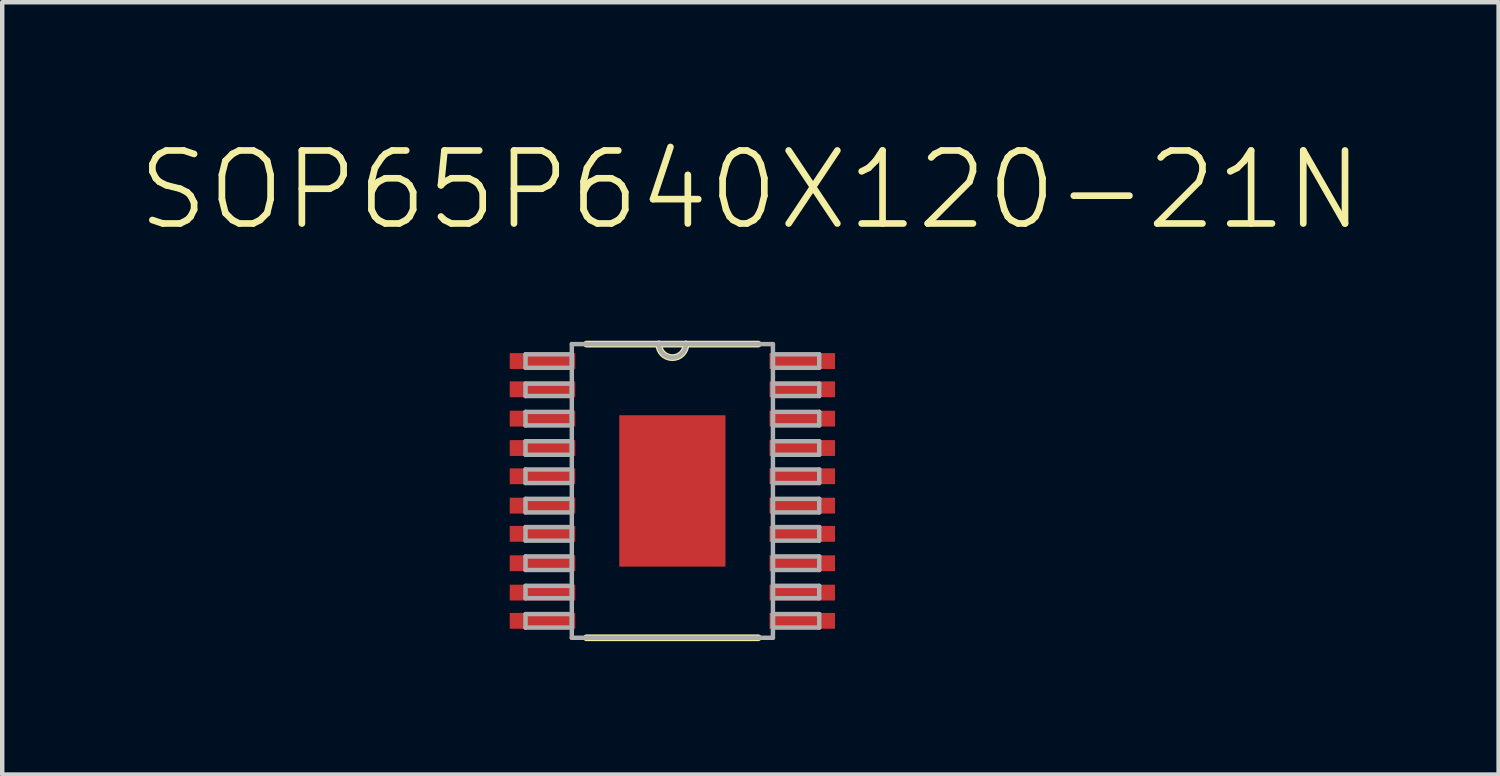
<source format=kicad_pcb>
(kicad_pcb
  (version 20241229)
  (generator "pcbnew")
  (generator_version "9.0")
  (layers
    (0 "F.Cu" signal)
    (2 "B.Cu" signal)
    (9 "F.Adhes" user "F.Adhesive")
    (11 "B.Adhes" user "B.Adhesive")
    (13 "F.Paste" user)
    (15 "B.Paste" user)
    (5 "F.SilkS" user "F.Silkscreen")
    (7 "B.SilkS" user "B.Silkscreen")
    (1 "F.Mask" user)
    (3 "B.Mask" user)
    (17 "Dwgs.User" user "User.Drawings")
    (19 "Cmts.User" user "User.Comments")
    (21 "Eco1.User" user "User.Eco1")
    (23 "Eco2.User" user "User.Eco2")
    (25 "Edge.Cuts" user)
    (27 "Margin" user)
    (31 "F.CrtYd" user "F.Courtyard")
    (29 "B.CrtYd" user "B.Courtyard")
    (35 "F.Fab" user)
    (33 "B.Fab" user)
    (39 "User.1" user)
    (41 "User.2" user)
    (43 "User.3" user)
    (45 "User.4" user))
  (footprint "SOP65P640X120-21N"
    (layer "F.Cu")
    (at 12.07 7.99)
    (property "Reference" "SOP65P640X120-21N" (at 1.755 -6.766 0) (layer "F.SilkS") (effects (font (size 1.642 1.642) (thickness 0.15))))
    (attr smd)
    (fp_line (start -1.93 3.302) (end 1.93 3.302) (stroke (width 0.152) (type solid)) (layer "F.SilkS"))
    (fp_line (start -0.305 -3.302) (end -1.93 -3.302) (stroke (width 0.152) (type solid)) (layer "F.SilkS"))
    (fp_line (start 0.305 -3.302) (end -0.305 -3.302) (stroke (width 0.152) (type solid)) (layer "F.SilkS"))
    (fp_line (start 1.93 -3.302) (end 0.305 -3.302) (stroke (width 0.152) (type solid)) (layer "F.SilkS"))
    (fp_arc (start 0.3048 -3.302) (mid 0 -2.9972) (end -0.3048 -3.302) (stroke (width 0.1524) (type solid)) (layer "F.SilkS"))
    (fp_line (start -3.302 -3.073) (end -3.302 -2.769) (stroke (width 0.1) (type solid)) (layer "F.Fab"))
    (fp_line (start -3.302 -2.769) (end -2.261 -2.769) (stroke (width 0.1) (type solid)) (layer "F.Fab"))
    (fp_line (start -3.302 -2.413) (end -3.302 -2.134) (stroke (width 0.1) (type solid)) (layer "F.Fab"))
    (fp_line (start -3.302 -2.134) (end -2.261 -2.134) (stroke (width 0.1) (type solid)) (layer "F.Fab"))
    (fp_line (start -3.302 -1.778) (end -3.302 -1.473) (stroke (width 0.1) (type solid)) (layer "F.Fab"))
    (fp_line (start -3.302 -1.473) (end -2.261 -1.473) (stroke (width 0.1) (type solid)) (layer "F.Fab"))
    (fp_line (start -3.302 -1.118) (end -3.302 -0.813) (stroke (width 0.1) (type solid)) (layer "F.Fab"))
    (fp_line (start -3.302 -0.813) (end -2.261 -0.813) (stroke (width 0.1) (type solid)) (layer "F.Fab"))
    (fp_line (start -3.302 -0.483) (end -3.302 -0.178) (stroke (width 0.1) (type solid)) (layer "F.Fab"))
    (fp_line (start -3.302 -0.178) (end -2.261 -0.178) (stroke (width 0.1) (type solid)) (layer "F.Fab"))
    (fp_line (start -3.302 0.178) (end -3.302 0.483) (stroke (width 0.1) (type solid)) (layer "F.Fab"))
    (fp_line (start -3.302 0.483) (end -2.261 0.483) (stroke (width 0.1) (type solid)) (layer "F.Fab"))
    (fp_line (start -3.302 0.813) (end -3.302 1.118) (stroke (width 0.1) (type solid)) (layer "F.Fab"))
    (fp_line (start -3.302 1.118) (end -2.261 1.118) (stroke (width 0.1) (type solid)) (layer "F.Fab"))
    (fp_line (start -3.302 1.473) (end -3.302 1.778) (stroke (width 0.1) (type solid)) (layer "F.Fab"))
    (fp_line (start -3.302 1.778) (end -2.261 1.778) (stroke (width 0.1) (type solid)) (layer "F.Fab"))
    (fp_line (start -3.302 2.134) (end -3.302 2.413) (stroke (width 0.1) (type solid)) (layer "F.Fab"))
    (fp_line (start -3.302 2.413) (end -2.261 2.413) (stroke (width 0.1) (type solid)) (layer "F.Fab"))
    (fp_line (start -3.302 2.769) (end -3.302 3.073) (stroke (width 0.1) (type solid)) (layer "F.Fab"))
    (fp_line (start -3.302 3.073) (end -2.261 3.073) (stroke (width 0.1) (type solid)) (layer "F.Fab"))
    (fp_line (start -2.261 -3.302) (end -2.261 3.302) (stroke (width 0.1) (type solid)) (layer "F.Fab"))
    (fp_line (start -2.261 -3.073) (end -3.302 -3.073) (stroke (width 0.1) (type solid)) (layer "F.Fab"))
    (fp_line (start -2.261 -2.769) (end -2.261 -3.073) (stroke (width 0.1) (type solid)) (layer "F.Fab"))
    (fp_line (start -2.261 -2.413) (end -3.302 -2.413) (stroke (width 0.1) (type solid)) (layer "F.Fab"))
    (fp_line (start -2.261 -2.134) (end -2.261 -2.413) (stroke (width 0.1) (type solid)) (layer "F.Fab"))
    (fp_line (start -2.261 -1.778) (end -3.302 -1.778) (stroke (width 0.1) (type solid)) (layer "F.Fab"))
    (fp_line (start -2.261 -1.473) (end -2.261 -1.778) (stroke (width 0.1) (type solid)) (layer "F.Fab"))
    (fp_line (start -2.261 -1.118) (end -3.302 -1.118) (stroke (width 0.1) (type solid)) (layer "F.Fab"))
    (fp_line (start -2.261 -0.813) (end -2.261 -1.118) (stroke (width 0.1) (type solid)) (layer "F.Fab"))
    (fp_line (start -2.261 -0.483) (end -3.302 -0.483) (stroke (width 0.1) (type solid)) (layer "F.Fab"))
    (fp_line (start -2.261 -0.178) (end -2.261 -0.483) (stroke (width 0.1) (type solid)) (layer "F.Fab"))
    (fp_line (start -2.261 0.178) (end -3.302 0.178) (stroke (width 0.1) (type solid)) (layer "F.Fab"))
    (fp_line (start -2.261 0.483) (end -2.261 0.178) (stroke (width 0.1) (type solid)) (layer "F.Fab"))
    (fp_line (start -2.261 0.813) (end -3.302 0.813) (stroke (width 0.1) (type solid)) (layer "F.Fab"))
    (fp_line (start -2.261 1.118) (end -2.261 0.813) (stroke (width 0.1) (type solid)) (layer "F.Fab"))
    (fp_line (start -2.261 1.473) (end -3.302 1.473) (stroke (width 0.1) (type solid)) (layer "F.Fab"))
    (fp_line (start -2.261 1.778) (end -2.261 1.473) (stroke (width 0.1) (type solid)) (layer "F.Fab"))
    (fp_line (start -2.261 2.134) (end -3.302 2.134) (stroke (width 0.1) (type solid)) (layer "F.Fab"))
    (fp_line (start -2.261 2.413) (end -2.261 2.134) (stroke (width 0.1) (type solid)) (layer "F.Fab"))
    (fp_line (start -2.261 2.769) (end -3.302 2.769) (stroke (width 0.1) (type solid)) (layer "F.Fab"))
    (fp_line (start -2.261 3.073) (end -2.261 2.769) (stroke (width 0.1) (type solid)) (layer "F.Fab"))
    (fp_line (start -2.261 3.302) (end 2.261 3.302) (stroke (width 0.1) (type solid)) (layer "F.Fab"))
    (fp_line (start -0.305 -3.302) (end -2.261 -3.302) (stroke (width 0.1) (type solid)) (layer "F.Fab"))
    (fp_line (start 0.305 -3.302) (end -0.305 -3.302) (stroke (width 0.1) (type solid)) (layer "F.Fab"))
    (fp_line (start 2.261 -3.302) (end 0.305 -3.302) (stroke (width 0.1) (type solid)) (layer "F.Fab"))
    (fp_line (start 2.261 -3.073) (end 2.261 -2.769) (stroke (width 0.1) (type solid)) (layer "F.Fab"))
    (fp_line (start 2.261 -2.769) (end 3.302 -2.769) (stroke (width 0.1) (type solid)) (layer "F.Fab"))
    (fp_line (start 2.261 -2.413) (end 2.261 -2.134) (stroke (width 0.1) (type solid)) (layer "F.Fab"))
    (fp_line (start 2.261 -2.134) (end 3.302 -2.134) (stroke (width 0.1) (type solid)) (layer "F.Fab"))
    (fp_line (start 2.261 -1.778) (end 2.261 -1.473) (stroke (width 0.1) (type solid)) (layer "F.Fab"))
    (fp_line (start 2.261 -1.473) (end 3.302 -1.473) (stroke (width 0.1) (type solid)) (layer "F.Fab"))
    (fp_line (start 2.261 -1.118) (end 2.261 -0.813) (stroke (width 0.1) (type solid)) (layer "F.Fab"))
    (fp_line (start 2.261 -0.813) (end 3.302 -0.813) (stroke (width 0.1) (type solid)) (layer "F.Fab"))
    (fp_line (start 2.261 -0.483) (end 2.261 -0.178) (stroke (width 0.1) (type solid)) (layer "F.Fab"))
    (fp_line (start 2.261 -0.178) (end 3.302 -0.178) (stroke (width 0.1) (type solid)) (layer "F.Fab"))
    (fp_line (start 2.261 0.178) (end 2.261 0.483) (stroke (width 0.1) (type solid)) (layer "F.Fab"))
    (fp_line (start 2.261 0.483) (end 3.302 0.483) (stroke (width 0.1) (type solid)) (layer "F.Fab"))
    (fp_line (start 2.261 0.813) (end 2.261 1.118) (stroke (width 0.1) (type solid)) (layer "F.Fab"))
    (fp_line (start 2.261 1.118) (end 3.302 1.118) (stroke (width 0.1) (type solid)) (layer "F.Fab"))
    (fp_line (start 2.261 1.473) (end 2.261 1.778) (stroke (width 0.1) (type solid)) (layer "F.Fab"))
    (fp_line (start 2.261 1.778) (end 3.302 1.778) (stroke (width 0.1) (type solid)) (layer "F.Fab"))
    (fp_line (start 2.261 2.134) (end 2.261 2.413) (stroke (width 0.1) (type solid)) (layer "F.Fab"))
    (fp_line (start 2.261 2.413) (end 3.302 2.413) (stroke (width 0.1) (type solid)) (layer "F.Fab"))
    (fp_line (start 2.261 2.769) (end 2.261 3.073) (stroke (width 0.1) (type solid)) (layer "F.Fab"))
    (fp_line (start 2.261 3.073) (end 3.302 3.073) (stroke (width 0.1) (type solid)) (layer "F.Fab"))
    (fp_line (start 2.261 3.302) (end 2.261 -3.302) (stroke (width 0.1) (type solid)) (layer "F.Fab"))
    (fp_line (start 3.302 -3.073) (end 2.261 -3.073) (stroke (width 0.1) (type solid)) (layer "F.Fab"))
    (fp_line (start 3.302 -2.769) (end 3.302 -3.073) (stroke (width 0.1) (type solid)) (layer "F.Fab"))
    (fp_line (start 3.302 -2.413) (end 2.261 -2.413) (stroke (width 0.1) (type solid)) (layer "F.Fab"))
    (fp_line (start 3.302 -2.134) (end 3.302 -2.413) (stroke (width 0.1) (type solid)) (layer "F.Fab"))
    (fp_line (start 3.302 -1.778) (end 2.261 -1.778) (stroke (width 0.1) (type solid)) (layer "F.Fab"))
    (fp_line (start 3.302 -1.473) (end 3.302 -1.778) (stroke (width 0.1) (type solid)) (layer "F.Fab"))
    (fp_line (start 3.302 -1.118) (end 2.261 -1.118) (stroke (width 0.1) (type solid)) (layer "F.Fab"))
    (fp_line (start 3.302 -0.813) (end 3.302 -1.118) (stroke (width 0.1) (type solid)) (layer "F.Fab"))
    (fp_line (start 3.302 -0.483) (end 2.261 -0.483) (stroke (width 0.1) (type solid)) (layer "F.Fab"))
    (fp_line (start 3.302 -0.178) (end 3.302 -0.483) (stroke (width 0.1) (type solid)) (layer "F.Fab"))
    (fp_line (start 3.302 0.178) (end 2.261 0.178) (stroke (width 0.1) (type solid)) (layer "F.Fab"))
    (fp_line (start 3.302 0.483) (end 3.302 0.178) (stroke (width 0.1) (type solid)) (layer "F.Fab"))
    (fp_line (start 3.302 0.813) (end 2.261 0.813) (stroke (width 0.1) (type solid)) (layer "F.Fab"))
    (fp_line (start 3.302 1.118) (end 3.302 0.813) (stroke (width 0.1) (type solid)) (layer "F.Fab"))
    (fp_line (start 3.302 1.473) (end 2.261 1.473) (stroke (width 0.1) (type solid)) (layer "F.Fab"))
    (fp_line (start 3.302 1.778) (end 3.302 1.473) (stroke (width 0.1) (type solid)) (layer "F.Fab"))
    (fp_line (start 3.302 2.134) (end 2.261 2.134) (stroke (width 0.1) (type solid)) (layer "F.Fab"))
    (fp_line (start 3.302 2.413) (end 3.302 2.134) (stroke (width 0.1) (type solid)) (layer "F.Fab"))
    (fp_line (start 3.302 2.769) (end 2.261 2.769) (stroke (width 0.1) (type solid)) (layer "F.Fab"))
    (fp_line (start 3.302 3.073) (end 3.302 2.769) (stroke (width 0.1) (type solid)) (layer "F.Fab"))
    (fp_arc (start 0.3048 -3.302) (mid 0 -2.9972) (end -0.3048 -3.302) (stroke (width 0.1) (type solid)) (layer "F.Fab"))
    (pad "1" smd rect (at -2.921 -2.921) (size 1.473 0.356) (layers "F.Cu" "F.Mask" "F.Paste"))
    (pad "2" smd rect (at -2.921 -2.286) (size 1.473 0.356) (layers "F.Cu" "F.Mask" "F.Paste"))
    (pad "3" smd rect (at -2.921 -1.626) (size 1.473 0.356) (layers "F.Cu" "F.Mask" "F.Paste"))
    (pad "4" smd rect (at -2.921 -0.965) (size 1.473 0.356) (layers "F.Cu" "F.Mask" "F.Paste"))
    (pad "5" smd rect (at -2.921 -0.33) (size 1.473 0.356) (layers "F.Cu" "F.Mask" "F.Paste"))
    (pad "6" smd rect (at -2.921 0.33) (size 1.473 0.356) (layers "F.Cu" "F.Mask" "F.Paste"))
    (pad "7" smd rect (at -2.921 0.965) (size 1.473 0.356) (layers "F.Cu" "F.Mask" "F.Paste"))
    (pad "8" smd rect (at -2.921 1.626) (size 1.473 0.356) (layers "F.Cu" "F.Mask" "F.Paste"))
    (pad "9" smd rect (at -2.921 2.286) (size 1.473 0.356) (layers "F.Cu" "F.Mask" "F.Paste"))
    (pad "10" smd rect (at -2.921 2.921) (size 1.473 0.356) (layers "F.Cu" "F.Mask" "F.Paste"))
    (pad "11" smd rect (at 2.921 2.921) (size 1.473 0.356) (layers "F.Cu" "F.Mask" "F.Paste"))
    (pad "12" smd rect (at 2.921 2.286) (size 1.473 0.356) (layers "F.Cu" "F.Mask" "F.Paste"))
    (pad "13" smd rect (at 2.921 1.626) (size 1.473 0.356) (layers "F.Cu" "F.Mask" "F.Paste"))
    (pad "14" smd rect (at 2.921 0.965) (size 1.473 0.356) (layers "F.Cu" "F.Mask" "F.Paste"))
    (pad "15" smd rect (at 2.921 0.33) (size 1.473 0.356) (layers "F.Cu" "F.Mask" "F.Paste"))
    (pad "16" smd rect (at 2.921 -0.33) (size 1.473 0.356) (layers "F.Cu" "F.Mask" "F.Paste"))
    (pad "17" smd rect (at 2.921 -0.965) (size 1.473 0.356) (layers "F.Cu" "F.Mask" "F.Paste"))
    (pad "18" smd rect (at 2.921 -1.626) (size 1.473 0.356) (layers "F.Cu" "F.Mask" "F.Paste"))
    (pad "19" smd rect (at 2.921 -2.286) (size 1.473 0.356) (layers "F.Cu" "F.Mask" "F.Paste"))
    (pad "20" smd rect (at 2.921 -2.921) (size 1.473 0.356) (layers "F.Cu" "F.Mask" "F.Paste"))
    (pad "21" smd rect (at 0 0) (size 2.388 3.404) (layers "F.Cu" "F.Mask" "F.Paste")))
  (gr_rect
    (start -3 -3)
    (end 30.65 14.368)
    (stroke (width 0.1) (type default))
    (fill no)
    (layer "Edge.Cuts")))
</source>
